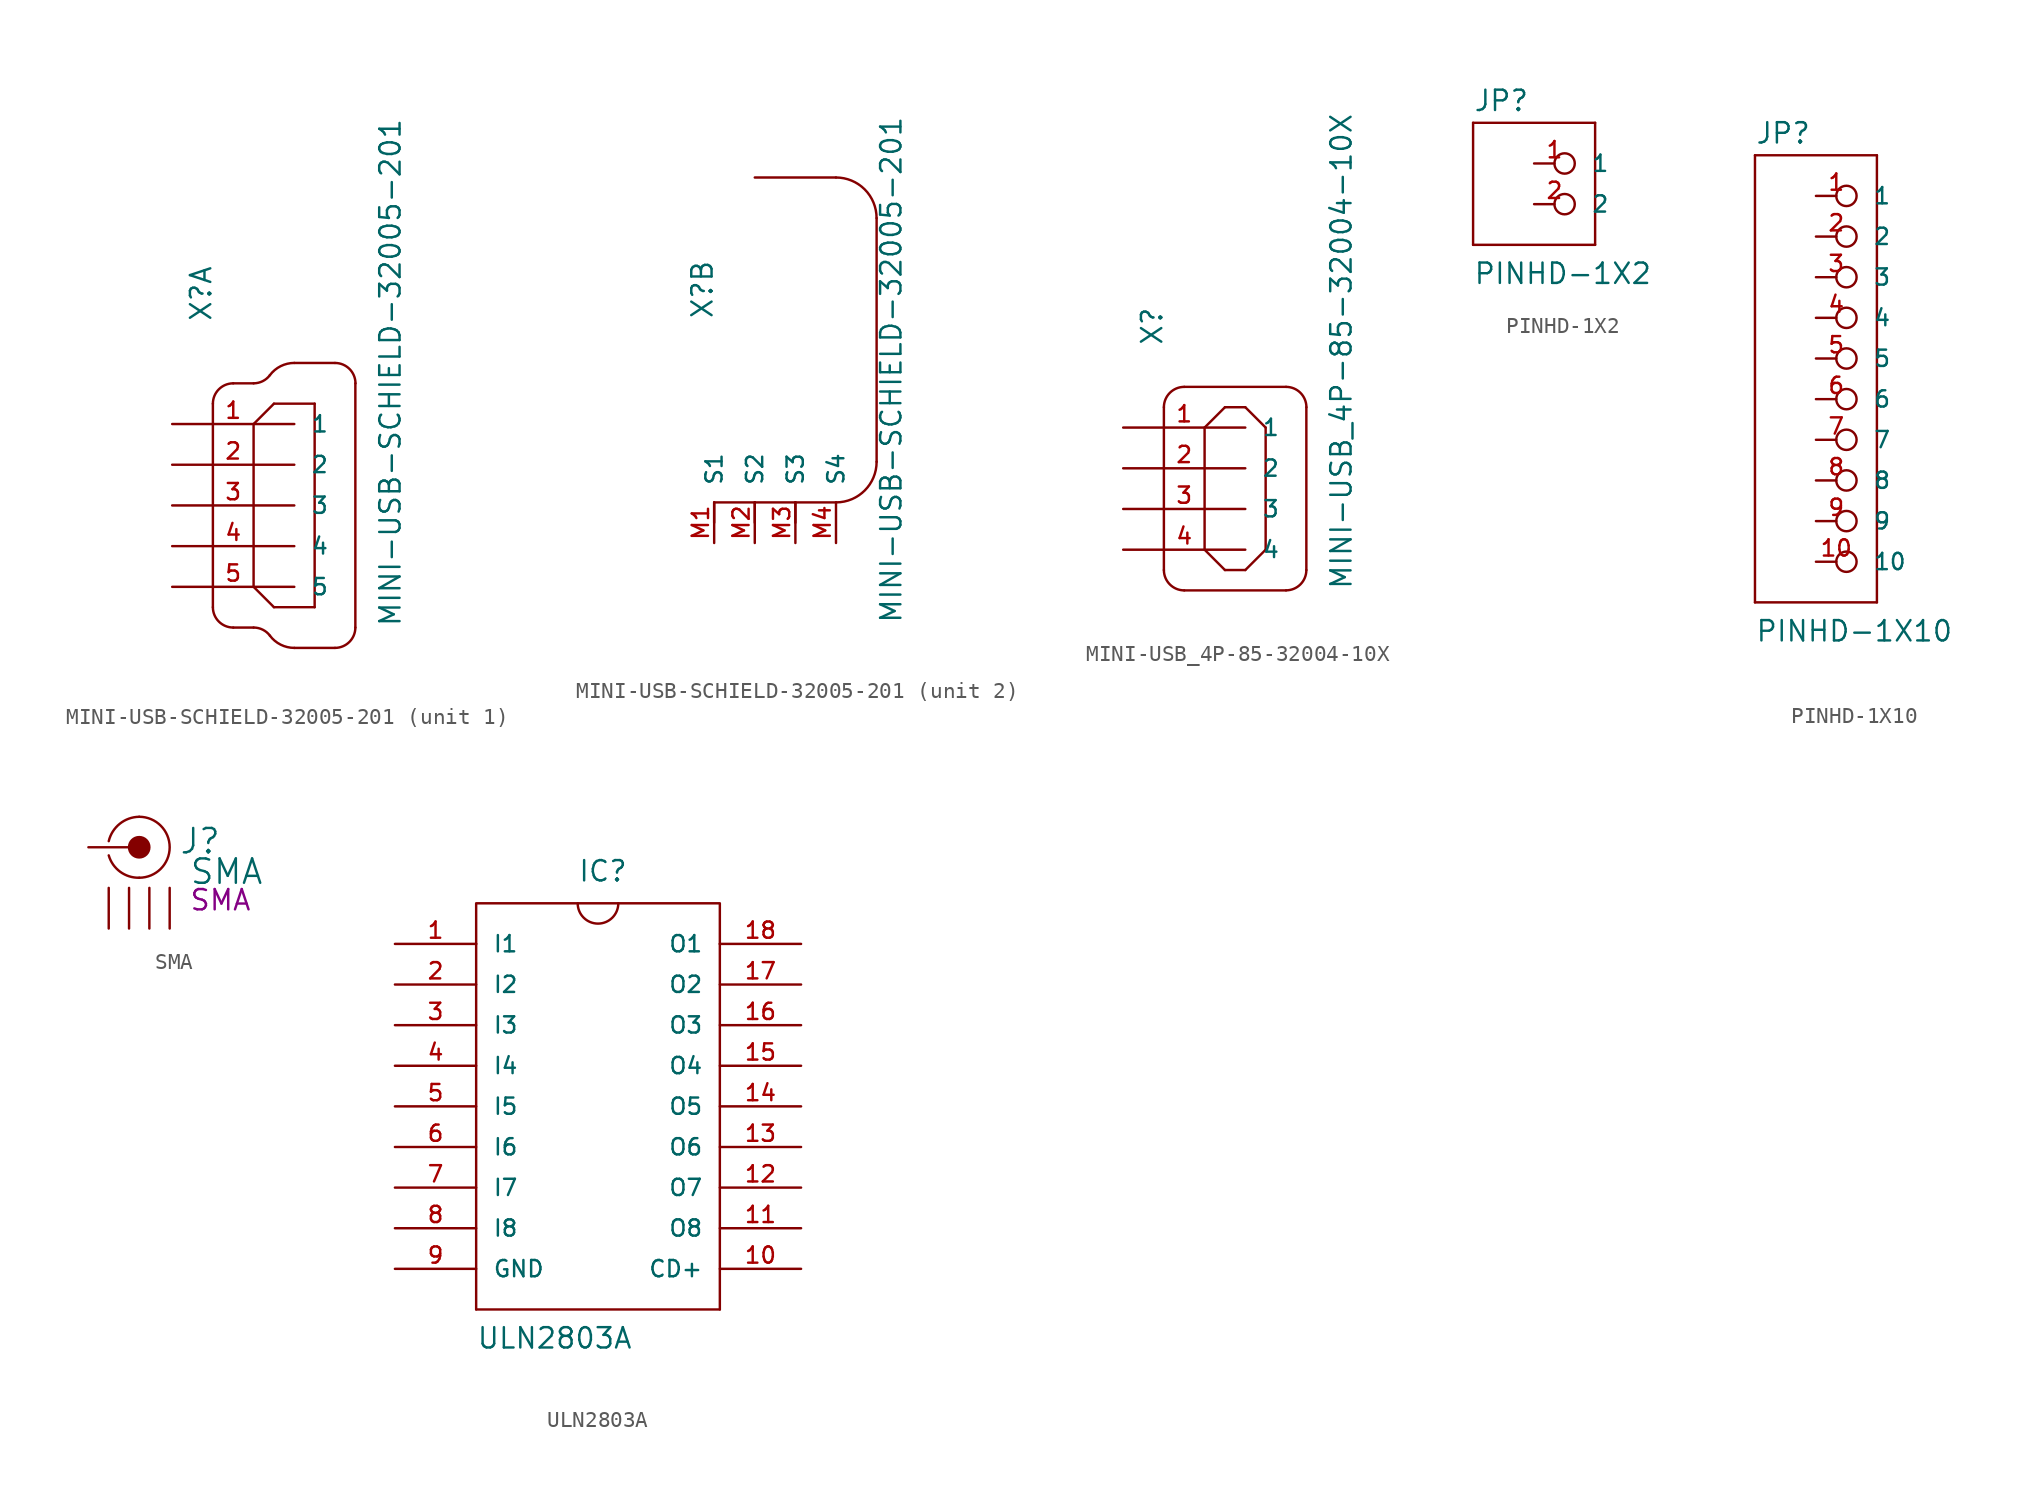
<source format=kicad_sym>
(kicad_symbol_lib
  (version 20211014)
  (generator kicad_symbol_editor)
  (symbol "MINI-USB-SCHIELD-32005-201"
    (pin_names
      (offset 1.016))
    (property "Reference" "X"
      (at -2.54 11.43 90)
      (effects (font (size 1.27 1.27)) (justify left bottom)))
    (property "Value" "MINI-USB-SCHIELD-32005-201"
      (at 9.271 -7.62 90)
      (effects (font (size 1.27 1.27)) (justify left bottom)))
    (property "Datasheet" ""
      (at 0 0 0)
      (effects (font (size 1.524 1.524))))
    (property "ki_locked" ""
      (at 0 0 0)
      (effects (font (size 1.27 1.27))))
    (symbol "MINI-USB-SCHIELD-32005-201_1_0"
      (polyline (pts (xy -2.54 6.35) (xy -2.54 -6.35)) (stroke (width 0) (type default) (color 0 0 0 0)) (fill (type none)))
      (polyline (pts (xy -1.27 -7.62) (xy 0 -7.62)) (stroke (width 0) (type default) (color 0 0 0 0)) (fill (type none)))
      (polyline (pts (xy -1.27 7.62) (xy 0 7.62)) (stroke (width 0) (type default) (color 0 0 0 0)) (fill (type none)))
      (polyline (pts (xy 0 -5.08) (xy 1.27 -6.35)) (stroke (width 0) (type default) (color 0 0 0 0)) (fill (type none)))
      (polyline (pts (xy 0 5.08) (xy 0 -5.08)) (stroke (width 0) (type default) (color 0 0 0 0)) (fill (type none)))
      (polyline (pts (xy 1.27 -6.35) (xy 3.81 -6.35)) (stroke (width 0) (type default) (color 0 0 0 0)) (fill (type none)))
      (polyline (pts (xy 1.27 6.35) (xy 0 5.08)) (stroke (width 0) (type default) (color 0 0 0 0)) (fill (type none)))
      (polyline (pts (xy 2.54 -8.89) (xy 5.08 -8.89)) (stroke (width 0) (type default) (color 0 0 0 0)) (fill (type none)))
      (polyline (pts (xy 2.54 8.89) (xy 5.08 8.89)) (stroke (width 0) (type default) (color 0 0 0 0)) (fill (type none)))
      (polyline (pts (xy 3.81 -6.35) (xy 3.81 6.35)) (stroke (width 0) (type default) (color 0 0 0 0)) (fill (type none)))
      (polyline (pts (xy 3.81 6.35) (xy 1.27 6.35)) (stroke (width 0) (type default) (color 0 0 0 0)) (fill (type none)))
      (polyline (pts (xy 6.35 -7.62) (xy 6.35 7.62)) (stroke (width 0) (type default) (color 0 0 0 0)) (fill (type none))))
    (symbol "MINI-USB-SCHIELD-32005-201_1_1"
      (arc (start -2.54 -6.35) (mid -2.168 -7.248) (end -1.27 -7.62) (stroke (width 0) (type default) (color 0 0 0 0)) (fill (type none)))
      (arc (start -1.27 7.62) (mid -2.168 7.248) (end -2.54 6.35) (stroke (width 0) (type default) (color 0 0 0 0)) (fill (type none)))
      (arc (start 0 7.62) (mid 0.568 7.7541) (end 1.016 8.128) (stroke (width 0) (type default) (color 0 0 0 0)) (fill (type none)))
      (arc (start 1.016 -8.128) (mid 0.568 -7.7541) (end 0 -7.62) (stroke (width 0) (type default) (color 0 0 0 0)) (fill (type none)))
      (arc (start 1.016 -8.128) (mid 1.6881 -8.6889) (end 2.54 -8.89) (stroke (width 0) (type default) (color 0 0 0 0)) (fill (type none)))
      (arc (start 2.54 8.89) (mid 1.6881 8.6889) (end 1.016 8.128) (stroke (width 0) (type default) (color 0 0 0 0)) (fill (type none)))
      (arc (start 5.08 -8.89) (mid 5.978 -8.518) (end 6.35 -7.62) (stroke (width 0) (type default) (color 0 0 0 0)) (fill (type none)))
      (arc (start 6.35 7.62) (mid 5.978 8.518) (end 5.08 8.89) (stroke (width 0) (type default) (color 0 0 0 0)) (fill (type none)))
      (pin passive line (at -5.08 5.08 0) (length 7.62) (name "1" (effects (font (size 1.016 1.016)))) (number "1" (effects (font (size 1.016 1.016)))))
      (pin passive line (at -5.08 2.54 0) (length 7.62) (name "2" (effects (font (size 1.016 1.016)))) (number "2" (effects (font (size 1.016 1.016)))))
      (pin passive line (at -5.08 0 0) (length 7.62) (name "3" (effects (font (size 1.016 1.016)))) (number "3" (effects (font (size 1.016 1.016)))))
      (pin passive line (at -5.08 -2.54 0) (length 7.62) (name "4" (effects (font (size 1.016 1.016)))) (number "4" (effects (font (size 1.016 1.016)))))
      (pin passive line (at -5.08 -5.08 0) (length 7.62) (name "5" (effects (font (size 1.016 1.016)))) (number "5" (effects (font (size 1.016 1.016))))))
    (symbol "MINI-USB-SCHIELD-32005-201_2_0"
      (polyline (pts (xy -2.54 -1.27) (xy -2.54 0)) (stroke (width 0) (type default) (color 0 0 0 0)) (fill (type none)))
      (polyline (pts (xy -2.54 0) (xy 0 0)) (stroke (width 0) (type default) (color 0 0 0 0)) (fill (type none)))
      (polyline (pts (xy 0 -1.27) (xy 0 0)) (stroke (width 0) (type default) (color 0 0 0 0)) (fill (type none)))
      (polyline (pts (xy 0 0) (xy 2.54 0)) (stroke (width 0) (type default) (color 0 0 0 0)) (fill (type none)))
      (polyline (pts (xy 2.54 -1.27) (xy 2.54 0)) (stroke (width 0) (type default) (color 0 0 0 0)) (fill (type none)))
      (polyline (pts (xy 2.54 0) (xy 5.08 0)) (stroke (width 0) (type default) (color 0 0 0 0)) (fill (type none)))
      (polyline (pts (xy 5.08 20.32) (xy 0 20.32)) (stroke (width 0) (type default) (color 0 0 0 0)) (fill (type none)))
      (polyline (pts (xy 7.62 2.54) (xy 7.62 17.78)) (stroke (width 0) (type default) (color 0 0 0 0)) (fill (type none))))
    (symbol "MINI-USB-SCHIELD-32005-201_2_1"
      (arc (start 5.08 0) (mid 6.8761 0.7439) (end 7.62 2.54) (stroke (width 0) (type default) (color 0 0 0 0)) (fill (type none)))
      (arc (start 7.62 17.78) (mid 6.8761 19.5761) (end 5.08 20.32) (stroke (width 0) (type default) (color 0 0 0 0)) (fill (type none)))
      (pin passive line (at -2.54 -2.54 90) (length 2.54) (name "S1" (effects (font (size 1.016 1.016)))) (number "M1" (effects (font (size 1.016 1.016)))))
      (pin passive line (at 0 -2.54 90) (length 2.54) (name "S2" (effects (font (size 1.016 1.016)))) (number "M2" (effects (font (size 1.016 1.016)))))
      (pin passive line (at 2.54 -2.54 90) (length 2.54) (name "S3" (effects (font (size 1.016 1.016)))) (number "M3" (effects (font (size 1.016 1.016)))))
      (pin passive line (at 5.08 -2.54 90) (length 2.54) (name "S4" (effects (font (size 1.016 1.016)))) (number "M4" (effects (font (size 1.016 1.016)))))))
  (symbol "MINI-USB_4P-85-32004-10X"
    (pin_names
      (offset 1.016))
    (property "Reference" "X"
      (at -2.54 10.16 90)
      (effects (font (size 1.27 1.27)) (justify left bottom)))
    (property "Value" "MINI-USB_4P-85-32004-10X"
      (at 9.271 -5.08 90)
      (effects (font (size 1.27 1.27)) (justify left bottom)))
    (property "Datasheet" ""
      (at 0 0 0)
      (effects (font (size 1.524 1.524))))
    (property "ki_locked" ""
      (at 0 0 0)
      (effects (font (size 1.27 1.27))))
    (symbol "MINI-USB_4P-85-32004-10X_1_0"
      (polyline (pts (xy -2.54 6.35) (xy -2.54 -3.81)) (stroke (width 0) (type default) (color 0 0 0 0)) (fill (type none)))
      (polyline (pts (xy -1.27 -5.08) (xy 5.08 -5.08)) (stroke (width 0) (type default) (color 0 0 0 0)) (fill (type none)))
      (polyline (pts (xy -1.27 7.62) (xy 5.08 7.62)) (stroke (width 0) (type default) (color 0 0 0 0)) (fill (type none)))
      (polyline (pts (xy 0 -2.54) (xy 1.27 -3.81)) (stroke (width 0) (type default) (color 0 0 0 0)) (fill (type none)))
      (polyline (pts (xy 0 5.08) (xy 0 -2.54)) (stroke (width 0) (type default) (color 0 0 0 0)) (fill (type none)))
      (polyline (pts (xy 1.27 -3.81) (xy 2.54 -3.81)) (stroke (width 0) (type default) (color 0 0 0 0)) (fill (type none)))
      (polyline (pts (xy 1.27 6.35) (xy 0 5.08)) (stroke (width 0) (type default) (color 0 0 0 0)) (fill (type none)))
      (polyline (pts (xy 2.54 -3.81) (xy 3.81 -2.54)) (stroke (width 0) (type default) (color 0 0 0 0)) (fill (type none)))
      (polyline (pts (xy 2.54 6.35) (xy 1.27 6.35)) (stroke (width 0) (type default) (color 0 0 0 0)) (fill (type none)))
      (polyline (pts (xy 2.54 6.35) (xy 3.81 5.08)) (stroke (width 0) (type default) (color 0 0 0 0)) (fill (type none)))
      (polyline (pts (xy 3.81 -2.54) (xy 3.81 5.08)) (stroke (width 0) (type default) (color 0 0 0 0)) (fill (type none)))
      (polyline (pts (xy 6.35 -3.81) (xy 6.35 6.35)) (stroke (width 0) (type default) (color 0 0 0 0)) (fill (type none))))
    (symbol "MINI-USB_4P-85-32004-10X_1_1"
      (arc (start -2.54 -3.81) (mid -2.168 -4.708) (end -1.27 -5.08) (stroke (width 0) (type default) (color 0 0 0 0)) (fill (type none)))
      (arc (start -1.27 7.62) (mid -2.168 7.248) (end -2.54 6.35) (stroke (width 0) (type default) (color 0 0 0 0)) (fill (type none)))
      (arc (start 5.08 -5.08) (mid 5.978 -4.708) (end 6.35 -3.81) (stroke (width 0) (type default) (color 0 0 0 0)) (fill (type none)))
      (arc (start 6.35 6.35) (mid 5.978 7.248) (end 5.08 7.62) (stroke (width 0) (type default) (color 0 0 0 0)) (fill (type none)))
      (pin passive line (at -5.08 5.08 0) (length 7.62) (name "1" (effects (font (size 1.016 1.016)))) (number "1" (effects (font (size 1.016 1.016)))))
      (pin passive line (at -5.08 2.54 0) (length 7.62) (name "2" (effects (font (size 1.016 1.016)))) (number "2" (effects (font (size 1.016 1.016)))))
      (pin passive line (at -5.08 0 0) (length 7.62) (name "3" (effects (font (size 1.016 1.016)))) (number "3" (effects (font (size 1.016 1.016)))))
      (pin passive line (at -5.08 -2.54 0) (length 7.62) (name "4" (effects (font (size 1.016 1.016)))) (number "4" (effects (font (size 1.016 1.016)))))))
  (symbol "PINHD-1X2"
    (pin_names
      (offset 1.016))
    (property "Reference" "JP"
      (at -6.35 5.715 0)
      (effects (font (size 1.27 1.27)) (justify left bottom)))
    (property "Value" "PINHD-1X2"
      (at -6.35 -5.08 0)
      (effects (font (size 1.27 1.27)) (justify left bottom)))
    (property "Datasheet" ""
      (at 0 0 0)
      (effects (font (size 1.524 1.524))))
    (property "ki_locked" ""
      (at 0 0 0)
      (effects (font (size 1.27 1.27))))
    (symbol "PINHD-1X2_1_0"
      (polyline (pts (xy -6.35 -2.54) (xy 1.27 -2.54)) (stroke (width 0) (type default) (color 0 0 0 0)) (fill (type none)))
      (polyline (pts (xy -6.35 5.08) (xy -6.35 -2.54)) (stroke (width 0) (type default) (color 0 0 0 0)) (fill (type none)))
      (polyline (pts (xy 1.27 -2.54) (xy 1.27 5.08)) (stroke (width 0) (type default) (color 0 0 0 0)) (fill (type none)))
      (polyline (pts (xy 1.27 5.08) (xy -6.35 5.08)) (stroke (width 0) (type default) (color 0 0 0 0)) (fill (type none))))
    (symbol "PINHD-1X2_1_1"
      (pin passive inverted (at -2.54 2.54 0) (length 2.54) (name "1" (effects (font (size 1.016 1.016)))) (number "1" (effects (font (size 1.016 1.016)))))
      (pin passive inverted (at -2.54 0 0) (length 2.54) (name "2" (effects (font (size 1.016 1.016)))) (number "2" (effects (font (size 1.016 1.016)))))))
  (symbol "PINHD-1X10"
    (pin_names
      (offset 1.016))
    (property "Reference" "JP"
      (at -6.35 13.335 0)
      (effects (font (size 1.27 1.27)) (justify left bottom)))
    (property "Value" "PINHD-1X10"
      (at -6.35 -17.78 0)
      (effects (font (size 1.27 1.27)) (justify left bottom)))
    (property "Datasheet" ""
      (at 0 0 0)
      (effects (font (size 1.524 1.524))))
    (property "ki_locked" ""
      (at 0 0 0)
      (effects (font (size 1.27 1.27))))
    (symbol "PINHD-1X10_1_0"
      (polyline (pts (xy -6.35 -15.24) (xy 1.27 -15.24)) (stroke (width 0) (type default) (color 0 0 0 0)) (fill (type none)))
      (polyline (pts (xy -6.35 12.7) (xy -6.35 -15.24)) (stroke (width 0) (type default) (color 0 0 0 0)) (fill (type none)))
      (polyline (pts (xy 1.27 -15.24) (xy 1.27 12.7)) (stroke (width 0) (type default) (color 0 0 0 0)) (fill (type none)))
      (polyline (pts (xy 1.27 12.7) (xy -6.35 12.7)) (stroke (width 0) (type default) (color 0 0 0 0)) (fill (type none))))
    (symbol "PINHD-1X10_1_1"
      (pin passive inverted (at -2.54 10.16 0) (length 2.54) (name "1" (effects (font (size 1.016 1.016)))) (number "1" (effects (font (size 1.016 1.016)))))
      (pin passive inverted (at -2.54 -12.7 0) (length 2.54) (name "10" (effects (font (size 1.016 1.016)))) (number "10" (effects (font (size 1.016 1.016)))))
      (pin passive inverted (at -2.54 7.62 0) (length 2.54) (name "2" (effects (font (size 1.016 1.016)))) (number "2" (effects (font (size 1.016 1.016)))))
      (pin passive inverted (at -2.54 5.08 0) (length 2.54) (name "3" (effects (font (size 1.016 1.016)))) (number "3" (effects (font (size 1.016 1.016)))))
      (pin passive inverted (at -2.54 2.54 0) (length 2.54) (name "4" (effects (font (size 1.016 1.016)))) (number "4" (effects (font (size 1.016 1.016)))))
      (pin passive inverted (at -2.54 0 0) (length 2.54) (name "5" (effects (font (size 1.016 1.016)))) (number "5" (effects (font (size 1.016 1.016)))))
      (pin passive inverted (at -2.54 -2.54 0) (length 2.54) (name "6" (effects (font (size 1.016 1.016)))) (number "6" (effects (font (size 1.016 1.016)))))
      (pin passive inverted (at -2.54 -5.08 0) (length 2.54) (name "7" (effects (font (size 1.016 1.016)))) (number "7" (effects (font (size 1.016 1.016)))))
      (pin passive inverted (at -2.54 -7.62 0) (length 2.54) (name "8" (effects (font (size 1.016 1.016)))) (number "8" (effects (font (size 1.016 1.016)))))
      (pin passive inverted (at -2.54 -10.16 0) (length 2.54) (name "9" (effects (font (size 1.016 1.016)))) (number "9" (effects (font (size 1.016 1.016)))))))
  (symbol "SMA"
    (pin_numbers hide)
    (pin_names
      (offset 1.016) hide)
    (property "Reference" "J"
      (at 4.445 2.921 0)
      (effects (font (size 1.524 1.524))))
    (property "Value" "SMA"
      (at 6.096 1.016 0)
      (effects (font (size 1.524 1.524))))
    (property "Footprint" "SMA"
      (at 5.715 -0.762 0)
      (effects (font (size 1.27 1.27))))
    (property "Datasheet" ""
      (at 0 0 0)
      (effects (font (size 1.524 1.524))))
    (symbol "SMA_0_1"
      (arc (start -1.27 2.032) (mid -0.5559 1.0089) (end 0.635 0.635) (stroke (width 0) (type default) (color 0 0 0 0)) (fill (type none)))
      (arc (start 0.635 0.635) (mid 2.54 2.54) (end 0.635 4.445) (stroke (width 0) (type default) (color 0 0 0 0)) (fill (type none)))
      (circle (center 0.635 2.54) (radius 0.635) (stroke (width 0) (type default) (color 0 0 0 0)) (fill (type outline)))
      (arc (start 0.635 4.445) (mid -0.5786 4.01) (end -1.27 2.921) (stroke (width 0) (type default) (color 0 0 0 0)) (fill (type none))))
    (symbol "SMA_1_1"
      (pin bidirectional line (at -2.54 2.54 0) (length 2.54) (name "RF" (effects (font (size 0 0)))) (number "1" (effects (font (size 0 0)))))
      (pin power_in line (at -1.27 -2.54 90) (length 2.54) (name "GND1" (effects (font (size 0 0)))) (number "2" (effects (font (size 0 0)))))
      (pin power_in line (at 0 -2.54 90) (length 2.54) (name "GND2" (effects (font (size 0 0)))) (number "3" (effects (font (size 0 0)))))
      (pin power_in line (at 1.27 -2.54 90) (length 2.54) (name "GND3" (effects (font (size 0 0)))) (number "4" (effects (font (size 0 0)))))
      (pin power_in line (at 2.54 -2.54 90) (length 2.54) (name "GND4" (effects (font (size 0 0)))) (number "5" (effects (font (size 0 0)))))))
  (symbol "ULN2803A"
    (pin_names
      (offset 1.016))
    (property "Reference" "IC"
      (at -1.27 13.97 0)
      (effects (font (size 1.27 1.27)) (justify left bottom)))
    (property "Value" "ULN2803A"
      (at -7.62 -15.24 0)
      (effects (font (size 1.27 1.27)) (justify left bottom)))
    (property "Datasheet" ""
      (at 0 0 0)
      (effects (font (size 1.524 1.524))))
    (property "ki_locked" ""
      (at 0 0 0)
      (effects (font (size 1.27 1.27))))
    (symbol "ULN2803A_0_1"
      (arc (start -1.27 12.7) (mid 0 11.43) (end 1.27 12.7) (stroke (width 0) (type default) (color 0 0 0 0)) (fill (type none)))
      (polyline (pts (xy 7.62 10.16) (xy 7.62 12.7) (xy -7.62 12.7) (xy -7.62 10.16) (xy -7.62 10.16)) (stroke (width 0) (type default) (color 0 0 0 0)) (fill (type none))))
    (symbol "ULN2803A_1_0"
      (polyline (pts (xy -7.62 10.16) (xy -7.62 -12.7)) (stroke (width 0) (type default) (color 0 0 0 0)) (fill (type none)))
      (polyline (pts (xy 7.62 -12.7) (xy -7.62 -12.7)) (stroke (width 0) (type default) (color 0 0 0 0)) (fill (type none)))
      (polyline (pts (xy 7.62 -12.7) (xy 7.62 10.16)) (stroke (width 0) (type default) (color 0 0 0 0)) (fill (type none))))
    (symbol "ULN2803A_1_1"
      (pin input line (at -12.7 10.16 0) (length 5.08) (name "I1" (effects (font (size 1.016 1.016)))) (number "1" (effects (font (size 1.016 1.016)))))
      (pin power_in line (at 12.7 -10.16 180) (length 5.08) (name "CD+" (effects (font (size 1.016 1.016)))) (number "10" (effects (font (size 1.016 1.016)))))
      (pin output line (at 12.7 -7.62 180) (length 5.08) (name "O8" (effects (font (size 1.016 1.016)))) (number "11" (effects (font (size 1.016 1.016)))))
      (pin output line (at 12.7 -5.08 180) (length 5.08) (name "O7" (effects (font (size 1.016 1.016)))) (number "12" (effects (font (size 1.016 1.016)))))
      (pin output line (at 12.7 -2.54 180) (length 5.08) (name "O6" (effects (font (size 1.016 1.016)))) (number "13" (effects (font (size 1.016 1.016)))))
      (pin output line (at 12.7 0 180) (length 5.08) (name "O5" (effects (font (size 1.016 1.016)))) (number "14" (effects (font (size 1.016 1.016)))))
      (pin output line (at 12.7 2.54 180) (length 5.08) (name "O4" (effects (font (size 1.016 1.016)))) (number "15" (effects (font (size 1.016 1.016)))))
      (pin output line (at 12.7 5.08 180) (length 5.08) (name "O3" (effects (font (size 1.016 1.016)))) (number "16" (effects (font (size 1.016 1.016)))))
      (pin output line (at 12.7 7.62 180) (length 5.08) (name "O2" (effects (font (size 1.016 1.016)))) (number "17" (effects (font (size 1.016 1.016)))))
      (pin output line (at 12.7 10.16 180) (length 5.08) (name "O1" (effects (font (size 1.016 1.016)))) (number "18" (effects (font (size 1.016 1.016)))))
      (pin input line (at -12.7 7.62 0) (length 5.08) (name "I2" (effects (font (size 1.016 1.016)))) (number "2" (effects (font (size 1.016 1.016)))))
      (pin input line (at -12.7 5.08 0) (length 5.08) (name "I3" (effects (font (size 1.016 1.016)))) (number "3" (effects (font (size 1.016 1.016)))))
      (pin input line (at -12.7 2.54 0) (length 5.08) (name "I4" (effects (font (size 1.016 1.016)))) (number "4" (effects (font (size 1.016 1.016)))))
      (pin input line (at -12.7 0 0) (length 5.08) (name "I5" (effects (font (size 1.016 1.016)))) (number "5" (effects (font (size 1.016 1.016)))))
      (pin input line (at -12.7 -2.54 0) (length 5.08) (name "I6" (effects (font (size 1.016 1.016)))) (number "6" (effects (font (size 1.016 1.016)))))
      (pin input line (at -12.7 -5.08 0) (length 5.08) (name "I7" (effects (font (size 1.016 1.016)))) (number "7" (effects (font (size 1.016 1.016)))))
      (pin input line (at -12.7 -7.62 0) (length 5.08) (name "I8" (effects (font (size 1.016 1.016)))) (number "8" (effects (font (size 1.016 1.016)))))
      (pin power_in line (at -12.7 -10.16 0) (length 5.08) (name "GND" (effects (font (size 1.016 1.016)))) (number "9" (effects (font (size 1.016 1.016))))))))
</source>
